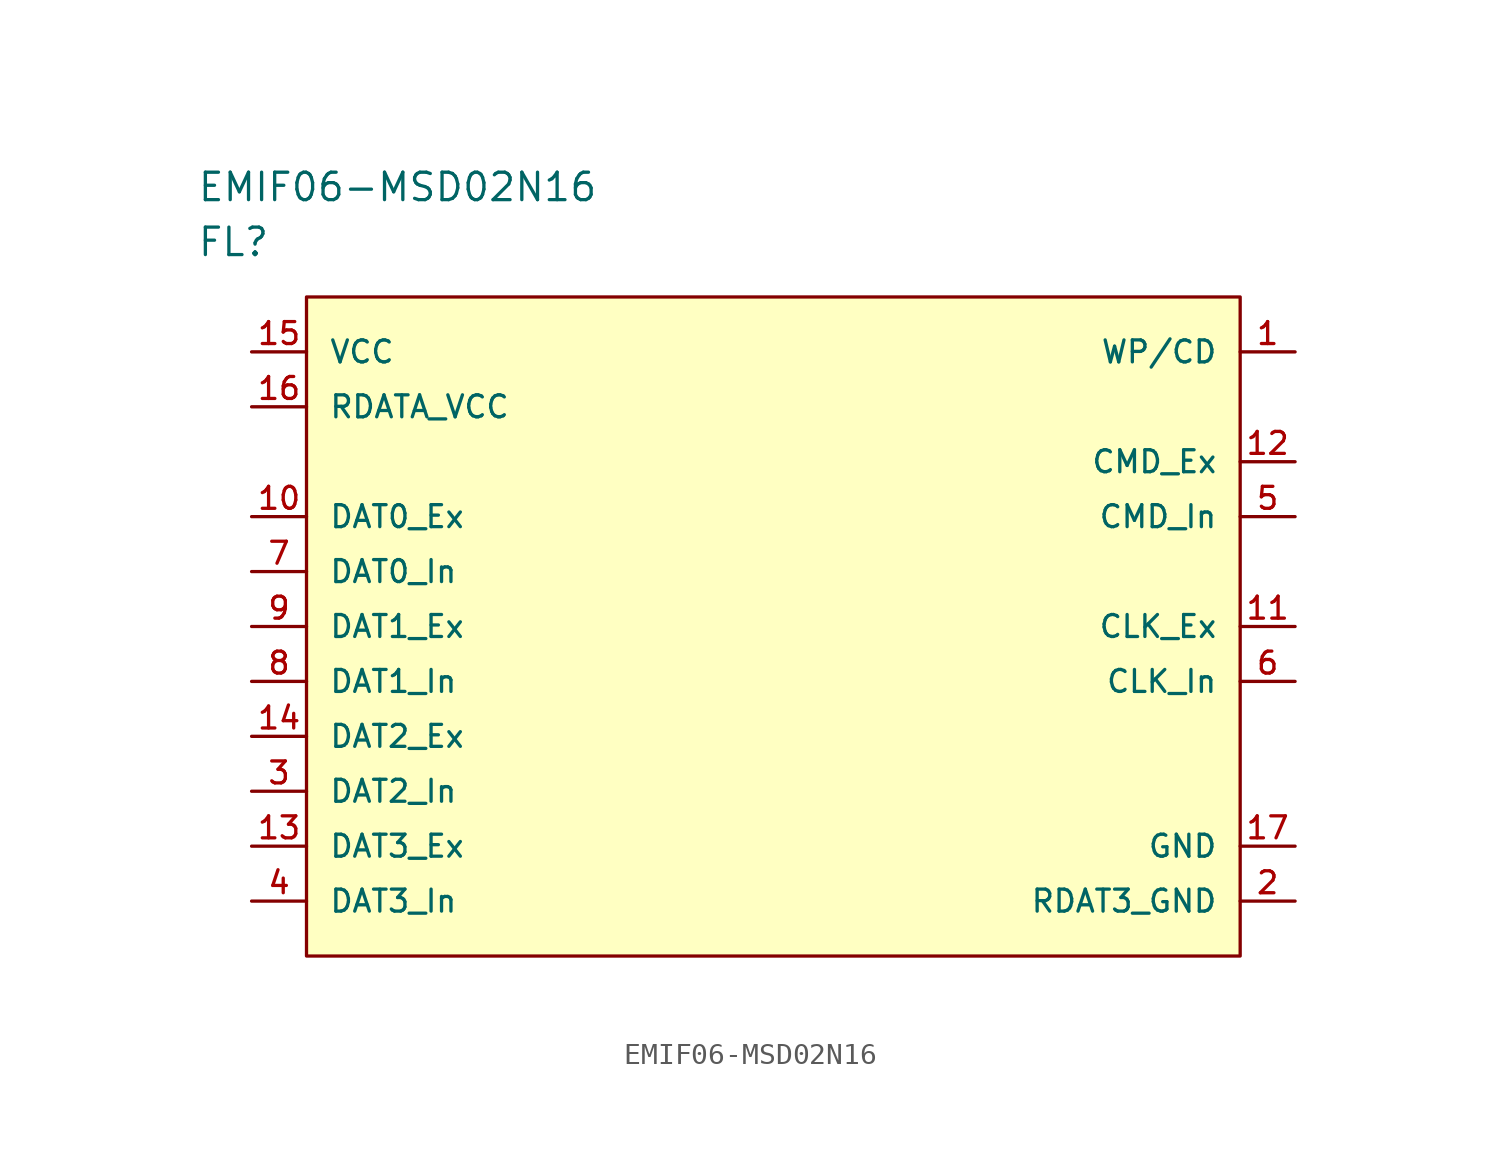
<source format=kicad_sym>
(kicad_symbol_lib
  (version 20201005)
  (generator kicad_symbol_editor)
  (symbol "EMIF06-MSD02N16"
    (pin_names
      (offset 1.016))
    (property "Reference" "FL"
      (at 0 5.08 0)
      (effects (font (size 1.27 1.27)) (justify left)))
    (property "Value" "EMIF06-MSD02N16"
      (at 0 7.62 0)
      (effects (font (size 1.27 1.27)) (justify left)))
    (property "ki_locked" ""
      (at 0 0 0)
      (effects (font (size 1.27 1.27))))
    (symbol "EMIF06-MSD02N16_1_1"
      (rectangle (start 5.08 2.54) (end 48.26 -27.94) (stroke (width 0)) (fill (type background)))
      (pin power_in line (at 2.54 -2.54 0) (length 2.54) (name "RDATA_VCC" (effects (font (size 1.016 1.016)))) (number "16" (effects (font (size 1.016 1.016)))))
      (pin power_in line (at 2.54 0 0) (length 2.54) (name "VCC" (effects (font (size 1.016 1.016)))) (number "15" (effects (font (size 1.016 1.016)))))
      (pin passive line (at 2.54 -7.62 0) (length 2.54) (name "DAT0_Ex" (effects (font (size 1.016 1.016)))) (number "10" (effects (font (size 1.016 1.016)))))
      (pin passive line (at 2.54 -10.16 0) (length 2.54) (name "DAT0_In" (effects (font (size 1.016 1.016)))) (number "7" (effects (font (size 1.016 1.016)))))
      (pin passive line (at 2.54 -12.7 0) (length 2.54) (name "DAT1_Ex" (effects (font (size 1.016 1.016)))) (number "9" (effects (font (size 1.016 1.016)))))
      (pin passive line (at 2.54 -15.24 0) (length 2.54) (name "DAT1_In" (effects (font (size 1.016 1.016)))) (number "8" (effects (font (size 1.016 1.016)))))
      (pin passive line (at 2.54 -17.78 0) (length 2.54) (name "DAT2_Ex" (effects (font (size 1.016 1.016)))) (number "14" (effects (font (size 1.016 1.016)))))
      (pin passive line (at 2.54 -20.32 0) (length 2.54) (name "DAT2_In" (effects (font (size 1.016 1.016)))) (number "3" (effects (font (size 1.016 1.016)))))
      (pin passive line (at 2.54 -22.86 0) (length 2.54) (name "DAT3_Ex" (effects (font (size 1.016 1.016)))) (number "13" (effects (font (size 1.016 1.016)))))
      (pin passive line (at 2.54 -25.4 0) (length 2.54) (name "DAT3_In" (effects (font (size 1.016 1.016)))) (number "4" (effects (font (size 1.016 1.016)))))
      (pin passive line (at 50.8 0 180) (length 2.54) (name "WP/CD" (effects (font (size 1.016 1.016)))) (number "1" (effects (font (size 1.016 1.016)))))
      (pin passive line (at 50.8 -5.08 180) (length 2.54) (name "CMD_Ex" (effects (font (size 1.016 1.016)))) (number "12" (effects (font (size 1.016 1.016)))))
      (pin passive line (at 50.8 -7.62 180) (length 2.54) (name "CMD_In" (effects (font (size 1.016 1.016)))) (number "5" (effects (font (size 1.016 1.016)))))
      (pin passive line (at 50.8 -12.7 180) (length 2.54) (name "CLK_Ex" (effects (font (size 1.016 1.016)))) (number "11" (effects (font (size 1.016 1.016)))))
      (pin passive line (at 50.8 -15.24 180) (length 2.54) (name "CLK_In" (effects (font (size 1.016 1.016)))) (number "6" (effects (font (size 1.016 1.016)))))
      (pin power_in line (at 50.8 -22.86 180) (length 2.54) (name "GND" (effects (font (size 1.016 1.016)))) (number "17" (effects (font (size 1.016 1.016)))))
      (pin power_in line (at 50.8 -25.4 180) (length 2.54) (name "RDAT3_GND" (effects (font (size 1.016 1.016)))) (number "2" (effects (font (size 1.016 1.016))))))))
</source>
